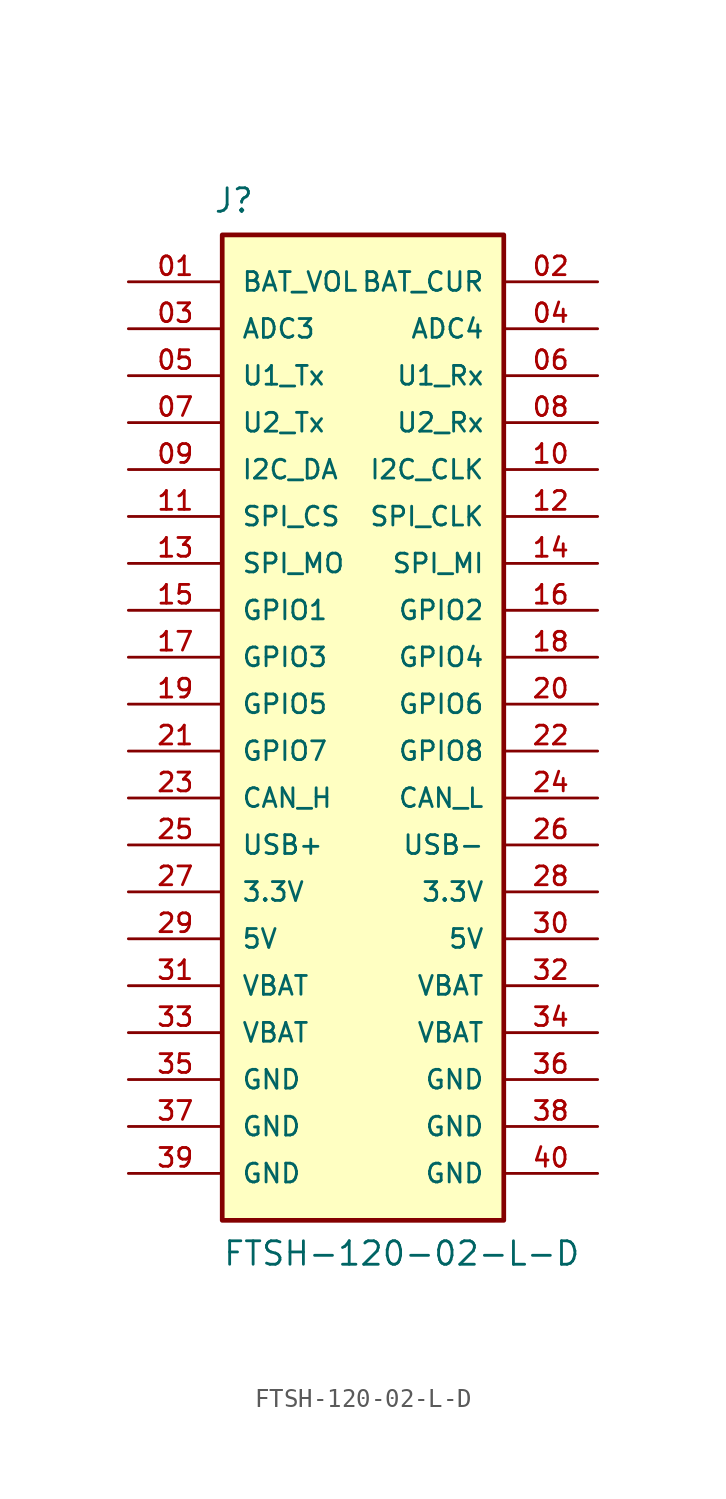
<source format=kicad_sym>
(kicad_symbol_lib
  (version 20220914)
  (generator kicad_symbol_editor)
  (symbol "FTSH-120-02-L-D"
    (pin_names
      (offset 1.016))
    (property "Reference" "J"
      (at -8.12 26.516 0)
      (effects (font (size 1.27 1.27)) (justify left bottom)))
    (property "Value" "FTSH-120-02-L-D"
      (at -7.62 -30.48 0)
      (effects (font (size 1.27 1.27)) (justify left bottom)))
    (symbol "FTSH-120-02-L-D_0_0"
      (rectangle (start -7.62 25.4) (end 7.62 -27.94) (stroke (width 0.254) (type default)) (fill (type background))))
    (symbol "FTSH-120-02-L-D_1_0"
      (pin passive line (at -12.7 22.86 0) (length 5.08) (name "BAT_VOL" (effects (font (size 1.016 1.016)))) (number "01" (effects (font (size 1.016 1.016)))))
      (pin passive line (at 12.7 22.86 180) (length 5.08) (name "BAT_CUR" (effects (font (size 1.016 1.016)))) (number "02" (effects (font (size 1.016 1.016)))))
      (pin passive line (at -12.7 20.32 0) (length 5.08) (name "ADC3" (effects (font (size 1.016 1.016)))) (number "03" (effects (font (size 1.016 1.016)))))
      (pin passive line (at 12.7 20.32 180) (length 5.08) (name "ADC4" (effects (font (size 1.016 1.016)))) (number "04" (effects (font (size 1.016 1.016)))))
      (pin passive line (at -12.7 17.78 0) (length 5.08) (name "U1_Tx" (effects (font (size 1.016 1.016)))) (number "05" (effects (font (size 1.016 1.016)))))
      (pin passive line (at 12.7 17.78 180) (length 5.08) (name "U1_Rx" (effects (font (size 1.016 1.016)))) (number "06" (effects (font (size 1.016 1.016)))))
      (pin passive line (at -12.7 15.24 0) (length 5.08) (name "U2_Tx" (effects (font (size 1.016 1.016)))) (number "07" (effects (font (size 1.016 1.016)))))
      (pin passive line (at 12.7 15.24 180) (length 5.08) (name "U2_Rx" (effects (font (size 1.016 1.016)))) (number "08" (effects (font (size 1.016 1.016)))))
      (pin passive line (at -12.7 12.7 0) (length 5.08) (name "I2C_DA" (effects (font (size 1.016 1.016)))) (number "09" (effects (font (size 1.016 1.016)))))
      (pin passive line (at 12.7 12.7 180) (length 5.08) (name "I2C_CLK" (effects (font (size 1.016 1.016)))) (number "10" (effects (font (size 1.016 1.016)))))
      (pin passive line (at -12.7 10.16 0) (length 5.08) (name "SPI_CS" (effects (font (size 1.016 1.016)))) (number "11" (effects (font (size 1.016 1.016)))))
      (pin passive line (at 12.7 10.16 180) (length 5.08) (name "SPI_CLK" (effects (font (size 1.016 1.016)))) (number "12" (effects (font (size 1.016 1.016)))))
      (pin passive line (at -12.7 7.62 0) (length 5.08) (name "SPI_MO" (effects (font (size 1.016 1.016)))) (number "13" (effects (font (size 1.016 1.016)))))
      (pin passive line (at 12.7 7.62 180) (length 5.08) (name "SPI_MI" (effects (font (size 1.016 1.016)))) (number "14" (effects (font (size 1.016 1.016)))))
      (pin passive line (at -12.7 5.08 0) (length 5.08) (name "GPIO1" (effects (font (size 1.016 1.016)))) (number "15" (effects (font (size 1.016 1.016)))))
      (pin passive line (at 12.7 5.08 180) (length 5.08) (name "GPIO2" (effects (font (size 1.016 1.016)))) (number "16" (effects (font (size 1.016 1.016)))))
      (pin passive line (at -12.7 2.54 0) (length 5.08) (name "GPIO3" (effects (font (size 1.016 1.016)))) (number "17" (effects (font (size 1.016 1.016)))))
      (pin passive line (at 12.7 2.54 180) (length 5.08) (name "GPIO4" (effects (font (size 1.016 1.016)))) (number "18" (effects (font (size 1.016 1.016)))))
      (pin passive line (at -12.7 0 0) (length 5.08) (name "GPIO5" (effects (font (size 1.016 1.016)))) (number "19" (effects (font (size 1.016 1.016)))))
      (pin passive line (at 12.7 0 180) (length 5.08) (name "GPIO6" (effects (font (size 1.016 1.016)))) (number "20" (effects (font (size 1.016 1.016)))))
      (pin passive line (at -12.7 -2.54 0) (length 5.08) (name "GPIO7" (effects (font (size 1.016 1.016)))) (number "21" (effects (font (size 1.016 1.016)))))
      (pin passive line (at 12.7 -2.54 180) (length 5.08) (name "GPIO8" (effects (font (size 1.016 1.016)))) (number "22" (effects (font (size 1.016 1.016)))))
      (pin passive line (at -12.7 -5.08 0) (length 5.08) (name "CAN_H" (effects (font (size 1.016 1.016)))) (number "23" (effects (font (size 1.016 1.016)))))
      (pin passive line (at 12.7 -5.08 180) (length 5.08) (name "CAN_L" (effects (font (size 1.016 1.016)))) (number "24" (effects (font (size 1.016 1.016)))))
      (pin passive line (at -12.7 -7.62 0) (length 5.08) (name "USB+" (effects (font (size 1.016 1.016)))) (number "25" (effects (font (size 1.016 1.016)))))
      (pin passive line (at 12.7 -7.62 180) (length 5.08) (name "USB-" (effects (font (size 1.016 1.016)))) (number "26" (effects (font (size 1.016 1.016)))))
      (pin passive line (at -12.7 -10.16 0) (length 5.08) (name "3.3V" (effects (font (size 1.016 1.016)))) (number "27" (effects (font (size 1.016 1.016)))))
      (pin passive line (at 12.7 -10.16 180) (length 5.08) (name "3.3V" (effects (font (size 1.016 1.016)))) (number "28" (effects (font (size 1.016 1.016)))))
      (pin passive line (at -12.7 -12.7 0) (length 5.08) (name "5V" (effects (font (size 1.016 1.016)))) (number "29" (effects (font (size 1.016 1.016)))))
      (pin passive line (at 12.7 -12.7 180) (length 5.08) (name "5V" (effects (font (size 1.016 1.016)))) (number "30" (effects (font (size 1.016 1.016)))))
      (pin passive line (at -12.7 -15.24 0) (length 5.08) (name "VBAT" (effects (font (size 1.016 1.016)))) (number "31" (effects (font (size 1.016 1.016)))))
      (pin passive line (at 12.7 -15.24 180) (length 5.08) (name "VBAT" (effects (font (size 1.016 1.016)))) (number "32" (effects (font (size 1.016 1.016)))))
      (pin passive line (at -12.7 -17.78 0) (length 5.08) (name "VBAT" (effects (font (size 1.016 1.016)))) (number "33" (effects (font (size 1.016 1.016)))))
      (pin passive line (at 12.7 -17.78 180) (length 5.08) (name "VBAT" (effects (font (size 1.016 1.016)))) (number "34" (effects (font (size 1.016 1.016)))))
      (pin passive line (at -12.7 -20.32 0) (length 5.08) (name "GND" (effects (font (size 1.016 1.016)))) (number "35" (effects (font (size 1.016 1.016)))))
      (pin passive line (at 12.7 -20.32 180) (length 5.08) (name "GND" (effects (font (size 1.016 1.016)))) (number "36" (effects (font (size 1.016 1.016)))))
      (pin passive line (at -12.7 -22.86 0) (length 5.08) (name "GND" (effects (font (size 1.016 1.016)))) (number "37" (effects (font (size 1.016 1.016)))))
      (pin passive line (at 12.7 -22.86 180) (length 5.08) (name "GND" (effects (font (size 1.016 1.016)))) (number "38" (effects (font (size 1.016 1.016)))))
      (pin passive line (at -12.7 -25.4 0) (length 5.08) (name "GND" (effects (font (size 1.016 1.016)))) (number "39" (effects (font (size 1.016 1.016)))))
      (pin passive line (at 12.7 -25.4 180) (length 5.08) (name "GND" (effects (font (size 1.016 1.016)))) (number "40" (effects (font (size 1.016 1.016))))))))
</source>
